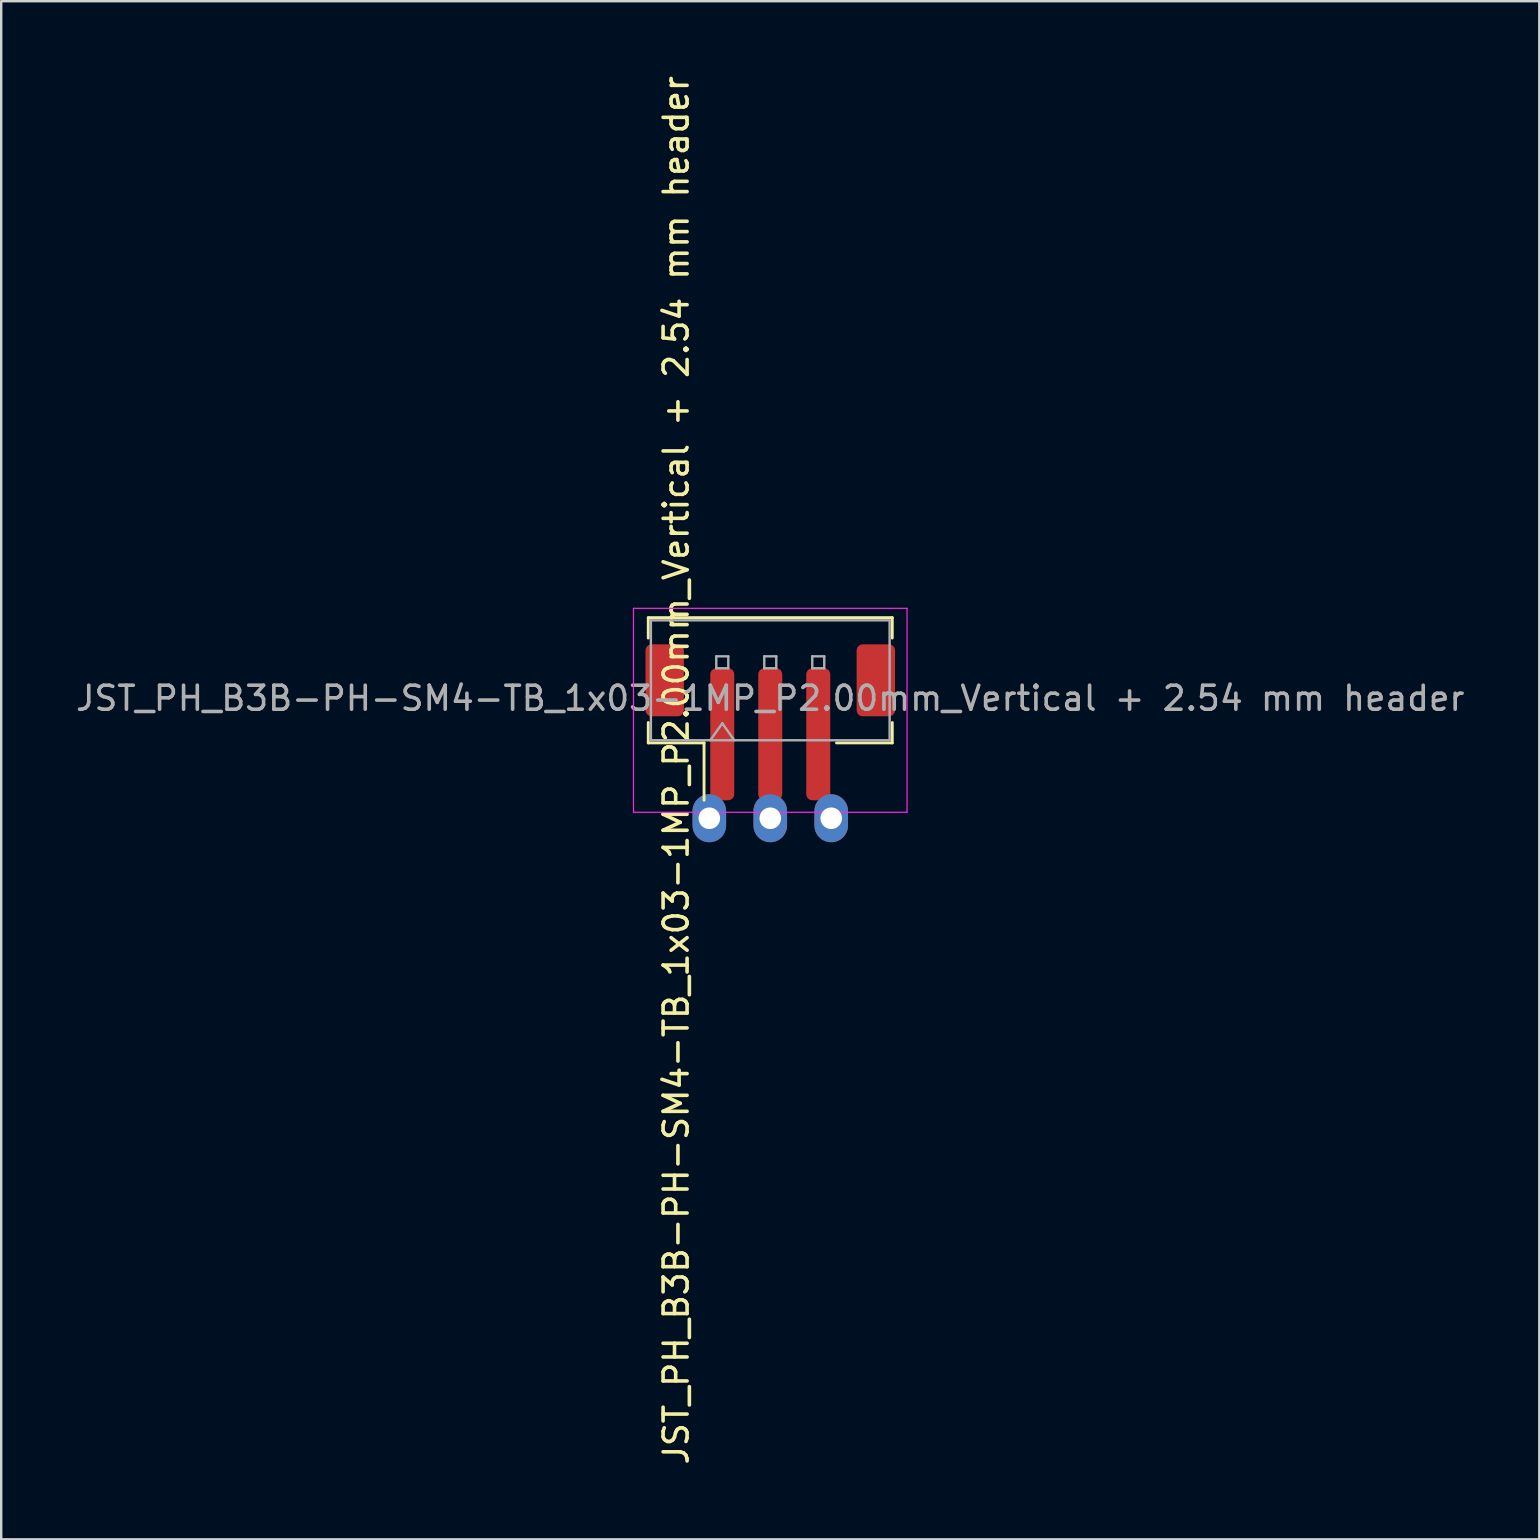
<source format=kicad_pcb>
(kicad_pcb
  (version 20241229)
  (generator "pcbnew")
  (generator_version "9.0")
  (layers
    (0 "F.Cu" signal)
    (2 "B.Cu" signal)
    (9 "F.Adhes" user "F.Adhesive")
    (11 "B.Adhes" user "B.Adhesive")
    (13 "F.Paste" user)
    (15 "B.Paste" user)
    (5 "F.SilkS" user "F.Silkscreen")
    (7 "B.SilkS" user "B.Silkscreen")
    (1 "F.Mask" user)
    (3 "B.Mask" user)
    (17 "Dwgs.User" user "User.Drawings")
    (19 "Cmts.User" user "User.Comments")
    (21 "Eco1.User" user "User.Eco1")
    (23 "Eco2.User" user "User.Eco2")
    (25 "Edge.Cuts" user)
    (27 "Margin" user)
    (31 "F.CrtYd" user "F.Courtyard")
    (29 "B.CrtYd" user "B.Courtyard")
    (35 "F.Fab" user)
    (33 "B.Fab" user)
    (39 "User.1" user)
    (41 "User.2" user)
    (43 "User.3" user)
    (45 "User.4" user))
  (footprint "JST_PH_B3B-PH-SM4-TB_1x03-1MP_P2.00mm_Vertical + 2.54 mm header"
    (layer "F.Cu")
    (at 29.054 27.054)
    (property "Reference" "JST_PH_B3B-PH-SM4-TB_1x03-1MP_P2.00mm_Vertical + 2.54 mm header" (at -3.922 2 90) (layer "F.SilkS") (effects (font (size 1 1) (thickness 0.15))))
    (attr smd)
    (fp_line (start -5.085 -4.36) (end 5.085 -4.36) (stroke (width 0.12) (type solid)) (layer "F.SilkS"))
    (fp_line (start -5.085 -3.51) (end -5.085 -4.36) (stroke (width 0.12) (type solid)) (layer "F.SilkS"))
    (fp_line (start -5.085 0.01) (end -5.085 0.86) (stroke (width 0.12) (type solid)) (layer "F.SilkS"))
    (fp_line (start -5.085 0.86) (end -2.76 0.86) (stroke (width 0.12) (type solid)) (layer "F.SilkS"))
    (fp_line (start -2.76 0.86) (end -2.76 3.25) (stroke (width 0.12) (type solid)) (layer "F.SilkS"))
    (fp_line (start 5.085 -4.36) (end 5.085 -3.51) (stroke (width 0.12) (type solid)) (layer "F.SilkS"))
    (fp_line (start 5.085 0.01) (end 5.085 0.86) (stroke (width 0.12) (type solid)) (layer "F.SilkS"))
    (fp_line (start 5.085 0.86) (end 2.76 0.86) (stroke (width 0.12) (type solid)) (layer "F.SilkS"))
    (fp_line (start -5.7 -4.75) (end -5.7 3.75) (stroke (width 0.05) (type solid)) (layer "F.CrtYd"))
    (fp_line (start -5.7 3.75) (end 5.7 3.75) (stroke (width 0.05) (type solid)) (layer "F.CrtYd"))
    (fp_line (start 5.7 -4.75) (end -5.7 -4.75) (stroke (width 0.05) (type solid)) (layer "F.CrtYd"))
    (fp_line (start 5.7 3.75) (end 5.7 -4.75) (stroke (width 0.05) (type solid)) (layer "F.CrtYd"))
    (fp_line (start -4.975 -4.25) (end 4.975 -4.25) (stroke (width 0.1) (type solid)) (layer "F.Fab"))
    (fp_line (start -4.975 0.75) (end -4.975 -4.25) (stroke (width 0.1) (type solid)) (layer "F.Fab"))
    (fp_line (start -4.975 0.75) (end 4.975 0.75) (stroke (width 0.1) (type solid)) (layer "F.Fab"))
    (fp_line (start -2.5 0.75) (end -2 0.043) (stroke (width 0.1) (type solid)) (layer "F.Fab"))
    (fp_line (start -2.25 -2.75) (end -2.25 -2.25) (stroke (width 0.1) (type solid)) (layer "F.Fab"))
    (fp_line (start -2.25 -2.25) (end -1.75 -2.25) (stroke (width 0.1) (type solid)) (layer "F.Fab"))
    (fp_line (start -2 0.043) (end -1.5 0.75) (stroke (width 0.1) (type solid)) (layer "F.Fab"))
    (fp_line (start -1.75 -2.75) (end -2.25 -2.75) (stroke (width 0.1) (type solid)) (layer "F.Fab"))
    (fp_line (start -1.75 -2.25) (end -1.75 -2.75) (stroke (width 0.1) (type solid)) (layer "F.Fab"))
    (fp_line (start -0.25 -2.75) (end -0.25 -2.25) (stroke (width 0.1) (type solid)) (layer "F.Fab"))
    (fp_line (start -0.25 -2.25) (end 0.25 -2.25) (stroke (width 0.1) (type solid)) (layer "F.Fab"))
    (fp_line (start 0.25 -2.75) (end -0.25 -2.75) (stroke (width 0.1) (type solid)) (layer "F.Fab"))
    (fp_line (start 0.25 -2.25) (end 0.25 -2.75) (stroke (width 0.1) (type solid)) (layer "F.Fab"))
    (fp_line (start 1.75 -2.75) (end 1.75 -2.25) (stroke (width 0.1) (type solid)) (layer "F.Fab"))
    (fp_line (start 1.75 -2.25) (end 2.25 -2.25) (stroke (width 0.1) (type solid)) (layer "F.Fab"))
    (fp_line (start 2.25 -2.75) (end 1.75 -2.75) (stroke (width 0.1) (type solid)) (layer "F.Fab"))
    (fp_line (start 2.25 -2.25) (end 2.25 -2.75) (stroke (width 0.1) (type solid)) (layer "F.Fab"))
    (fp_line (start 4.975 0.75) (end 4.975 -4.25) (stroke (width 0.1) (type solid)) (layer "F.Fab"))
    (fp_text user "${REFERENCE}" (at 0 -1 0) (layer "F.Fab") (effects (font (size 1 1) (thickness 0.15))))
    (pad "1" thru_hole oval (at -2.54 4) (size 1.4 2) (drill 0.9) (layers "*.Cu" "*.Mask"))
    (pad "1" smd roundrect (at -2 0.5) (size 1 5.5) (layers "F.Cu" "F.Mask" "F.Paste") (roundrect_rratio 0.25))
    (pad "2" smd roundrect (at 0 0.5) (size 1 5.5) (layers "F.Cu" "F.Mask" "F.Paste") (roundrect_rratio 0.25))
    (pad "2" thru_hole oval (at 0 4) (size 1.4 2) (drill 0.9) (layers "*.Cu" "*.Mask"))
    (pad "3" smd roundrect (at 2 0.5) (size 1 5.5) (layers "F.Cu" "F.Mask" "F.Paste") (roundrect_rratio 0.25))
    (pad "3" thru_hole oval (at 2.54 4) (size 1.4 2) (drill 0.9) (layers "*.Cu" "*.Mask"))
    (pad "MP" smd roundrect (at -4.4 -1.75) (size 1.6 3) (layers "F.Cu" "F.Mask" "F.Paste") (roundrect_rratio 0.156))
    (pad "MP" smd roundrect (at 4.4 -1.75) (size 1.6 3) (layers "F.Cu" "F.Mask" "F.Paste") (roundrect_rratio 0.156)))
  (gr_rect
    (start -3 -3)
    (end 61.107 61.107)
    (stroke (width 0.1) (type default))
    (fill no)
    (layer "Edge.Cuts")))
</source>
